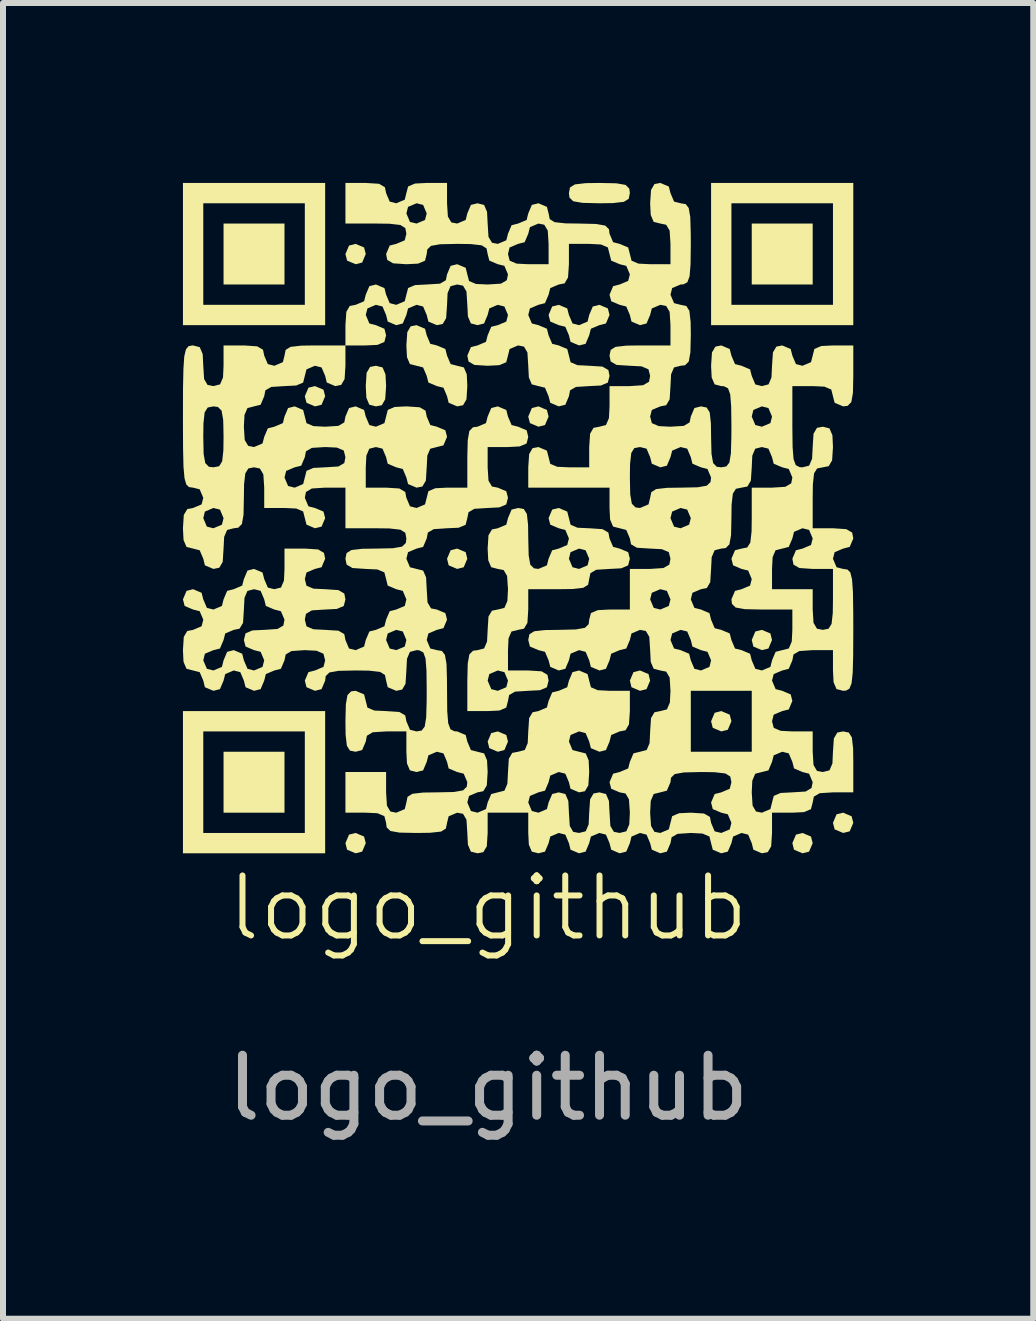
<source format=kicad_pcb>
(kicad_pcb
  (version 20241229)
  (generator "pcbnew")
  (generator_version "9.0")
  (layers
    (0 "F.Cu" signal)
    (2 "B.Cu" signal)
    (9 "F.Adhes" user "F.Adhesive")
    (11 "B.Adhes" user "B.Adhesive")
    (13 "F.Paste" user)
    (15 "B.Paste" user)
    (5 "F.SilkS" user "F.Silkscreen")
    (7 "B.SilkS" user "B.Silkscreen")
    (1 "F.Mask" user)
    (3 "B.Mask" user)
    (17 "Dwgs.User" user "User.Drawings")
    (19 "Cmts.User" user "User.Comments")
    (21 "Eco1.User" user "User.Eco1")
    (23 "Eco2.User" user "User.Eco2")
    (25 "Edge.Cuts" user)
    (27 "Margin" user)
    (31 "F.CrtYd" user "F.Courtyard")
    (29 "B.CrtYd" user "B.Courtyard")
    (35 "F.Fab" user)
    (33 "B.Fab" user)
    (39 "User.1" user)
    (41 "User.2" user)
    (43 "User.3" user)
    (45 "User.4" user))
  (footprint "logo_github"
    (layer "F.Cu")
    (at 5.088 12.588)
    (property "Reference" "logo_github" (at 0 -0.5 0) (unlocked yes) (layer "F.SilkS") (effects (font (size 1 1) (thickness 0.1))))
    (attr board_only exclude_from_pos_files exclude_from_bom)
    (fp_poly (pts (xy -3.395 -11.403) (xy -3.395 -10.895) (xy -3.903 -10.895) (xy -4.411 -10.895) (xy -4.411 -11.403) (xy -4.411 -11.911) (xy -3.903 -11.911) (xy -3.395 -11.911)) (stroke (width 0) (type solid)) (fill yes) (layer "F.SilkS"))
    (fp_poly (pts (xy -3.395 -2.597) (xy -3.395 -2.089) (xy -3.903 -2.089) (xy -4.411 -2.089) (xy -4.411 -2.597) (xy -4.411 -3.105) (xy -3.903 -3.105) (xy -3.395 -3.105)) (stroke (width 0) (type solid)) (fill yes) (layer "F.SilkS"))
    (fp_poly (pts (xy -2.745 -9.141) (xy -2.717 -9.032) (xy -2.777 -8.89) (xy -2.887 -8.863) (xy -3.028 -8.923) (xy -3.056 -9.032) (xy -2.996 -9.174) (xy -2.887 -9.201)) (stroke (width 0) (type solid)) (fill yes) (layer "F.SilkS"))
    (fp_poly (pts (xy -2.068 -11.512) (xy -2.04 -11.403) (xy -2.1 -11.261) (xy -2.209 -11.233) (xy -2.351 -11.293) (xy -2.379 -11.403) (xy -2.319 -11.544) (xy -2.209 -11.572)) (stroke (width 0) (type solid)) (fill yes) (layer "F.SilkS"))
    (fp_poly (pts (xy -2.068 -1.691) (xy -2.04 -1.581) (xy -2.1 -1.44) (xy -2.209 -1.412) (xy -2.351 -1.472) (xy -2.379 -1.581) (xy -2.319 -1.723) (xy -2.209 -1.751)) (stroke (width 0) (type solid)) (fill yes) (layer "F.SilkS"))
    (fp_poly (pts (xy -0.374 -6.432) (xy -0.347 -6.323) (xy -0.407 -6.181) (xy -0.516 -6.153) (xy -0.658 -6.213) (xy -0.685 -6.323) (xy -0.625 -6.464) (xy -0.516 -6.492)) (stroke (width 0) (type solid)) (fill yes) (layer "F.SilkS"))
    (fp_poly (pts (xy 0.303 -3.384) (xy 0.331 -3.275) (xy 0.271 -3.133) (xy 0.161 -3.105) (xy 0.02 -3.165) (xy -0.008 -3.275) (xy 0.052 -3.416) (xy 0.161 -3.444)) (stroke (width 0) (type solid)) (fill yes) (layer "F.SilkS"))
    (fp_poly (pts (xy 0.98 -8.803) (xy 1.008 -8.693) (xy 0.948 -8.552) (xy 0.839 -8.524) (xy 0.697 -8.584) (xy 0.669 -8.693) (xy 0.729 -8.835) (xy 0.839 -8.863)) (stroke (width 0) (type solid)) (fill yes) (layer "F.SilkS"))
    (fp_poly (pts (xy 2.674 -4.4) (xy 2.701 -4.291) (xy 2.641 -4.149) (xy 2.532 -4.121) (xy 2.39 -4.181) (xy 2.363 -4.291) (xy 2.423 -4.432) (xy 2.532 -4.46)) (stroke (width 0) (type solid)) (fill yes) (layer "F.SilkS"))
    (fp_poly (pts (xy 4.028 -3.723) (xy 4.056 -3.613) (xy 3.996 -3.472) (xy 3.887 -3.444) (xy 3.745 -3.504) (xy 3.717 -3.613) (xy 3.777 -3.755) (xy 3.887 -3.783)) (stroke (width 0) (type solid)) (fill yes) (layer "F.SilkS"))
    (fp_poly (pts (xy 4.706 -5.077) (xy 4.733 -4.968) (xy 4.673 -4.826) (xy 4.564 -4.799) (xy 4.422 -4.859) (xy 4.395 -4.968) (xy 4.455 -5.11) (xy 4.564 -5.137)) (stroke (width 0) (type solid)) (fill yes) (layer "F.SilkS"))
    (fp_poly (pts (xy 5.383 -1.691) (xy 5.411 -1.581) (xy 5.351 -1.44) (xy 5.241 -1.412) (xy 5.1 -1.472) (xy 5.072 -1.581) (xy 5.132 -1.723) (xy 5.241 -1.751)) (stroke (width 0) (type solid)) (fill yes) (layer "F.SilkS"))
    (fp_poly (pts (xy 5.411 -11.403) (xy 5.411 -10.895) (xy 4.903 -10.895) (xy 4.395 -10.895) (xy 4.395 -11.403) (xy 4.395 -11.911) (xy 4.903 -11.911) (xy 5.411 -11.911)) (stroke (width 0) (type solid)) (fill yes) (layer "F.SilkS"))
    (fp_poly (pts (xy 6.06 -2.029) (xy 6.088 -1.92) (xy 6.028 -1.778) (xy 5.919 -1.751) (xy 5.777 -1.811) (xy 5.749 -1.92) (xy 5.809 -2.062) (xy 5.919 -2.089)) (stroke (width 0) (type solid)) (fill yes) (layer "F.SilkS"))
    (fp_poly (pts (xy -1.76 -9.512) (xy -1.711 -9.397) (xy -1.701 -9.201) (xy -1.716 -8.98) (xy -1.773 -8.882) (xy -1.871 -8.863) (xy -1.981 -8.891) (xy -2.03 -9.006) (xy -2.04 -9.201) (xy -2.026 -9.423) (xy -1.968 -9.521) (xy -1.871 -9.54)) (stroke (width 0) (type solid)) (fill yes) (layer "F.SilkS"))
    (fp_poly (pts (xy 2.138 -12.582) (xy 2.292 -12.555) (xy 2.353 -12.494) (xy 2.363 -12.419) (xy 2.344 -12.324) (xy 2.263 -12.273) (xy 2.08 -12.252) (xy 1.855 -12.249) (xy 1.571 -12.256) (xy 1.418 -12.283) (xy 1.356 -12.344) (xy 1.347 -12.419) (xy 1.365 -12.513) (xy 1.447 -12.564) (xy 1.63 -12.585) (xy 1.855 -12.588)) (stroke (width 0) (type solid)) (fill yes) (layer "F.SilkS"))
    (fp_poly (pts (xy -2.717 -11.403) (xy -2.717 -10.217) (xy -3.903 -10.217) (xy -5.088 -10.217) (xy -5.088 -11.403) (xy -4.749 -11.403) (xy -4.749 -10.556) (xy -3.903 -10.556) (xy -3.056 -10.556) (xy -3.056 -11.403) (xy -3.056 -12.249) (xy -3.903 -12.249) (xy -4.749 -12.249) (xy -4.749 -11.403) (xy -5.088 -11.403) (xy -5.088 -12.588) (xy -3.903 -12.588) (xy -2.717 -12.588)) (stroke (width 0) (type solid)) (fill yes) (layer "F.SilkS"))
    (fp_poly (pts (xy -2.717 -2.597) (xy -2.717 -1.412) (xy -3.903 -1.412) (xy -5.088 -1.412) (xy -5.088 -2.597) (xy -4.749 -2.597) (xy -4.749 -1.751) (xy -3.903 -1.751) (xy -3.056 -1.751) (xy -3.056 -2.597) (xy -3.056 -3.444) (xy -3.903 -3.444) (xy -4.749 -3.444) (xy -4.749 -2.597) (xy -5.088 -2.597) (xy -5.088 -3.783) (xy -3.903 -3.783) (xy -2.717 -3.783)) (stroke (width 0) (type solid)) (fill yes) (layer "F.SilkS"))
    (fp_poly (pts (xy 6.088 -11.403) (xy 6.088 -10.217) (xy 4.903 -10.217) (xy 3.717 -10.217) (xy 3.717 -11.403) (xy 4.056 -11.403) (xy 4.056 -10.556) (xy 4.903 -10.556) (xy 5.749 -10.556) (xy 5.749 -11.403) (xy 5.749 -12.249) (xy 4.903 -12.249) (xy 4.056 -12.249) (xy 4.056 -11.403) (xy 3.717 -11.403) (xy 3.717 -12.588) (xy 4.903 -12.588) (xy 6.088 -12.588)) (stroke (width 0) (type solid)) (fill yes) (layer "F.SilkS"))
    (fp_poly (pts (xy 1.996 -10.496) (xy 2.024 -10.387) (xy 1.964 -10.245) (xy 1.855 -10.217) (xy 1.713 -10.157) (xy 1.685 -10.048) (xy 1.625 -9.906) (xy 1.516 -9.879) (xy 1.374 -9.939) (xy 1.347 -10.048) (xy 1.287 -10.19) (xy 1.177 -10.217) (xy 1.036 -10.277) (xy 1.008 -10.387) (xy 1.068 -10.528) (xy 1.177 -10.556) (xy 1.319 -10.496) (xy 1.347 -10.387) (xy 1.407 -10.245) (xy 1.516 -10.217) (xy 1.658 -10.277) (xy 1.685 -10.387) (xy 1.745 -10.528) (xy 1.855 -10.556)) (stroke (width 0) (type solid)) (fill yes) (layer "F.SilkS"))
    (fp_poly (pts (xy -1.052 -10.157) (xy -1.024 -10.048) (xy -0.964 -9.906) (xy -0.855 -9.879) (xy -0.713 -9.819) (xy -0.685 -9.709) (xy -0.625 -9.568) (xy -0.516 -9.54) (xy -0.405 -9.512) (xy -0.356 -9.397) (xy -0.347 -9.201) (xy -0.361 -8.98) (xy -0.418 -8.882) (xy -0.516 -8.863) (xy -0.658 -8.923) (xy -0.685 -9.032) (xy -0.745 -9.174) (xy -0.855 -9.201) (xy -0.996 -9.261) (xy -1.024 -9.371) (xy -1.084 -9.512) (xy -1.193 -9.54) (xy -1.304 -9.568) (xy -1.353 -9.683) (xy -1.363 -9.879) (xy -1.348 -10.1) (xy -1.291 -10.198) (xy -1.193 -10.217)) (stroke (width 0) (type solid)) (fill yes) (layer "F.SilkS"))
    (fp_poly (pts (xy 1.319 -7.109) (xy 1.347 -7) (xy 1.375 -6.889) (xy 1.49 -6.84) (xy 1.685 -6.831) (xy 1.907 -6.816) (xy 2.005 -6.759) (xy 2.024 -6.661) (xy 2.084 -6.52) (xy 2.193 -6.492) (xy 2.335 -6.432) (xy 2.363 -6.323) (xy 2.334 -6.212) (xy 2.219 -6.163) (xy 2.024 -6.153) (xy 1.802 -6.139) (xy 1.705 -6.082) (xy 1.685 -5.984) (xy 1.667 -5.889) (xy 1.585 -5.838) (xy 1.402 -5.818) (xy 1.177 -5.815) (xy 0.669 -5.815) (xy 0.669 -5.476) (xy 0.655 -5.254) (xy 0.598 -5.157) (xy 0.5 -5.137) (xy 0.389 -5.109) (xy 0.34 -4.994) (xy 0.331 -4.799) (xy 0.331 -4.46) (xy 0.669 -4.46) (xy 0.891 -4.446) (xy 0.989 -4.388) (xy 1.008 -4.291) (xy 0.98 -4.18) (xy 0.865 -4.131) (xy 0.669 -4.121) (xy 0.448 -4.107) (xy 0.35 -4.05) (xy 0.331 -3.952) (xy 0.302 -3.841) (xy 0.187 -3.792) (xy -0.008 -3.783) (xy -0.347 -3.783) (xy -0.347 -4.291) (xy -0.008 -4.291) (xy 0.052 -4.149) (xy 0.161 -4.121) (xy 0.303 -4.181) (xy 0.331 -4.291) (xy 0.271 -4.432) (xy 0.161 -4.46) (xy 0.02 -4.4) (xy -0.008 -4.291) (xy -0.347 -4.291) (xy -0.34 -4.574) (xy -0.313 -4.728) (xy -0.252 -4.789) (xy -0.177 -4.799) (xy -0.067 -4.827) (xy -0.018 -4.942) (xy -0.008 -5.137) (xy 0.006 -5.359) (xy 0.064 -5.457) (xy 0.161 -5.476) (xy 0.272 -5.504) (xy 0.321 -5.619) (xy 0.331 -5.815) (xy 0.316 -6.036) (xy 0.259 -6.134) (xy 0.161 -6.153) (xy 0.051 -6.182) (xy 0.002 -6.297) (xy -0.008 -6.492) (xy 0.006 -6.714) (xy 0.064 -6.811) (xy 0.161 -6.831) (xy 0.303 -6.891) (xy 0.331 -7) (xy 0.391 -7.142) (xy 0.5 -7.169) (xy 0.595 -7.151) (xy 0.646 -7.069) (xy 0.666 -6.886) (xy 0.669 -6.661) (xy 0.676 -6.378) (xy 0.703 -6.224) (xy 0.764 -6.163) (xy 0.839 -6.153) (xy 0.98 -6.213) (xy 1.008 -6.323) (xy 1.347 -6.323) (xy 1.407 -6.181) (xy 1.516 -6.153) (xy 1.658 -6.213) (xy 1.685 -6.323) (xy 1.625 -6.464) (xy 1.516 -6.492) (xy 1.374 -6.432) (xy 1.347 -6.323) (xy 1.008 -6.323) (xy 1.068 -6.464) (xy 1.177 -6.492) (xy 1.319 -6.552) (xy 1.347 -6.661) (xy 1.287 -6.803) (xy 1.177 -6.831) (xy 1.036 -6.891) (xy 1.008 -7) (xy 1.068 -7.142) (xy 1.177 -7.169)) (stroke (width 0) (type solid)) (fill yes) (layer "F.SilkS"))
    (fp_poly (pts (xy -1.818 -12.574) (xy -1.721 -12.516) (xy -1.701 -12.419) (xy -1.641 -12.277) (xy -1.532 -12.249) (xy -1.39 -12.309) (xy -1.363 -12.419) (xy -1.334 -12.529) (xy -1.219 -12.578) (xy -1.024 -12.588) (xy -0.685 -12.588) (xy -0.685 -12.249) (xy -0.671 -12.028) (xy -0.614 -11.93) (xy -0.516 -11.911) (xy -0.374 -11.971) (xy -0.347 -12.08) (xy -0.287 -12.222) (xy -0.177 -12.249) (xy -0.067 -12.221) (xy -0.018 -12.106) (xy -0.008 -11.911) (xy 0.006 -11.689) (xy 0.064 -11.591) (xy 0.161 -11.572) (xy 0.303 -11.632) (xy 0.331 -11.741) (xy 0.391 -11.883) (xy 0.5 -11.911) (xy 0.642 -11.971) (xy 0.669 -12.08) (xy 0.729 -12.222) (xy 0.839 -12.249) (xy 0.98 -12.189) (xy 1.008 -12.08) (xy 1.027 -11.985) (xy 1.108 -11.934) (xy 1.291 -11.914) (xy 1.516 -11.911) (xy 1.8 -11.904) (xy 1.953 -11.877) (xy 2.015 -11.816) (xy 2.024 -11.741) (xy 2.084 -11.6) (xy 2.193 -11.572) (xy 2.335 -11.512) (xy 2.363 -11.403) (xy 2.391 -11.292) (xy 2.506 -11.243) (xy 2.701 -11.233) (xy 3.04 -11.233) (xy 3.04 -11.572) (xy 3.026 -11.794) (xy 2.968 -11.891) (xy 2.871 -11.911) (xy 2.76 -11.939) (xy 2.711 -12.054) (xy 2.701 -12.249) (xy 2.716 -12.471) (xy 2.773 -12.569) (xy 2.871 -12.588) (xy 3.012 -12.528) (xy 3.04 -12.419) (xy 3.1 -12.277) (xy 3.209 -12.249) (xy 3.294 -12.235) (xy 3.344 -12.17) (xy 3.37 -12.02) (xy 3.378 -11.751) (xy 3.379 -11.572) (xy 3.375 -11.235) (xy 3.359 -11.032) (xy 3.321 -10.931) (xy 3.254 -10.897) (xy 3.209 -10.895) (xy 3.068 -10.835) (xy 3.04 -10.725) (xy 3.1 -10.584) (xy 3.209 -10.556) (xy 3.304 -10.537) (xy 3.355 -10.456) (xy 3.376 -10.273) (xy 3.379 -10.048) (xy 3.372 -9.764) (xy 3.345 -9.611) (xy 3.284 -9.549) (xy 3.209 -9.54) (xy 3.099 -9.512) (xy 3.05 -9.397) (xy 3.04 -9.201) (xy 3.026 -8.98) (xy 2.968 -8.882) (xy 2.871 -8.863) (xy 2.729 -8.803) (xy 2.701 -8.693) (xy 2.73 -8.583) (xy 2.845 -8.534) (xy 3.04 -8.524) (xy 3.262 -8.538) (xy 3.359 -8.596) (xy 3.379 -8.693) (xy 3.439 -8.835) (xy 3.548 -8.863) (xy 3.643 -8.844) (xy 3.694 -8.763) (xy 3.714 -8.58) (xy 3.717 -8.355) (xy 3.724 -8.071) (xy 3.751 -7.918) (xy 3.812 -7.856) (xy 3.887 -7.847) (xy 3.971 -7.861) (xy 4.022 -7.926) (xy 4.047 -8.076) (xy 4.055 -8.345) (xy 4.056 -8.524) (xy 4.054 -8.693) (xy 4.395 -8.693) (xy 4.455 -8.552) (xy 4.564 -8.524) (xy 4.706 -8.584) (xy 4.733 -8.693) (xy 4.673 -8.835) (xy 4.564 -8.863) (xy 4.422 -8.803) (xy 4.395 -8.693) (xy 4.054 -8.693) (xy 4.052 -8.861) (xy 4.036 -9.064) (xy 3.999 -9.165) (xy 3.931 -9.199) (xy 3.887 -9.201) (xy 3.776 -9.23) (xy 3.727 -9.345) (xy 3.717 -9.54) (xy 3.732 -9.762) (xy 3.789 -9.859) (xy 3.887 -9.879) (xy 4.028 -9.819) (xy 4.056 -9.709) (xy 4.116 -9.568) (xy 4.225 -9.54) (xy 4.367 -9.48) (xy 4.395 -9.371) (xy 4.455 -9.229) (xy 4.564 -9.201) (xy 4.675 -9.23) (xy 4.724 -9.345) (xy 4.733 -9.54) (xy 4.748 -9.762) (xy 4.805 -9.859) (xy 4.903 -9.879) (xy 5.044 -9.819) (xy 5.072 -9.709) (xy 5.132 -9.568) (xy 5.241 -9.54) (xy 5.383 -9.6) (xy 5.411 -9.709) (xy 5.439 -9.82) (xy 5.554 -9.869) (xy 5.749 -9.879) (xy 6.088 -9.879) (xy 6.088 -9.371) (xy 6.082 -9.087) (xy 6.055 -8.934) (xy 5.994 -8.872) (xy 5.919 -8.863) (xy 5.777 -8.923) (xy 5.749 -9.032) (xy 5.721 -9.143) (xy 5.606 -9.192) (xy 5.411 -9.201) (xy 5.072 -9.201) (xy 5.072 -8.524) (xy 5.076 -8.187) (xy 5.092 -7.984) (xy 5.129 -7.883) (xy 5.197 -7.849) (xy 5.241 -7.847) (xy 5.352 -7.875) (xy 5.401 -7.99) (xy 5.411 -8.185) (xy 5.425 -8.407) (xy 5.482 -8.505) (xy 5.58 -8.524) (xy 5.691 -8.496) (xy 5.74 -8.381) (xy 5.749 -8.185) (xy 5.735 -7.964) (xy 5.678 -7.866) (xy 5.58 -7.847) (xy 5.485 -7.828) (xy 5.434 -7.747) (xy 5.414 -7.564) (xy 5.411 -7.339) (xy 5.411 -6.831) (xy 5.749 -6.831) (xy 5.971 -6.816) (xy 6.069 -6.759) (xy 6.088 -6.661) (xy 6.028 -6.52) (xy 5.919 -6.492) (xy 5.777 -6.432) (xy 5.749 -6.323) (xy 5.809 -6.181) (xy 5.919 -6.153) (xy 5.99 -6.143) (xy 6.038 -6.095) (xy 6.067 -5.979) (xy 6.082 -5.769) (xy 6.087 -5.436) (xy 6.088 -5.137) (xy 6.086 -4.708) (xy 6.078 -4.421) (xy 6.059 -4.246) (xy 6.024 -4.157) (xy 5.969 -4.125) (xy 5.919 -4.121) (xy 5.808 -4.15) (xy 5.759 -4.265) (xy 5.749 -4.46) (xy 5.749 -4.799) (xy 5.411 -4.799) (xy 5.189 -4.784) (xy 5.091 -4.727) (xy 5.072 -4.629) (xy 5.012 -4.488) (xy 4.903 -4.46) (xy 4.761 -4.4) (xy 4.733 -4.291) (xy 4.793 -4.149) (xy 4.903 -4.121) (xy 5.044 -4.061) (xy 5.072 -3.952) (xy 5.012 -3.81) (xy 4.903 -3.783) (xy 4.761 -3.723) (xy 4.733 -3.613) (xy 4.762 -3.503) (xy 4.877 -3.454) (xy 5.072 -3.444) (xy 5.411 -3.444) (xy 5.411 -3.105) (xy 5.425 -2.884) (xy 5.482 -2.786) (xy 5.58 -2.767) (xy 5.691 -2.795) (xy 5.74 -2.91) (xy 5.749 -3.105) (xy 5.764 -3.327) (xy 5.821 -3.425) (xy 5.919 -3.444) (xy 6.013 -3.425) (xy 6.064 -3.344) (xy 6.085 -3.161) (xy 6.088 -2.936) (xy 6.088 -2.428) (xy 5.749 -2.428) (xy 5.528 -2.414) (xy 5.43 -2.356) (xy 5.411 -2.259) (xy 5.382 -2.148) (xy 5.267 -2.099) (xy 5.072 -2.089) (xy 4.733 -2.089) (xy 4.733 -1.751) (xy 4.719 -1.529) (xy 4.662 -1.431) (xy 4.564 -1.412) (xy 4.422 -1.472) (xy 4.395 -1.581) (xy 4.335 -1.723) (xy 4.225 -1.751) (xy 4.084 -1.691) (xy 4.056 -1.581) (xy 3.996 -1.44) (xy 3.887 -1.412) (xy 3.745 -1.472) (xy 3.717 -1.581) (xy 3.689 -1.692) (xy 3.574 -1.741) (xy 3.379 -1.751) (xy 3.157 -1.736) (xy 3.059 -1.679) (xy 3.04 -1.581) (xy 2.98 -1.44) (xy 2.871 -1.412) (xy 2.729 -1.472) (xy 2.701 -1.581) (xy 2.641 -1.723) (xy 2.532 -1.751) (xy 2.39 -1.691) (xy 2.363 -1.581) (xy 2.303 -1.44) (xy 2.193 -1.412) (xy 2.052 -1.472) (xy 2.024 -1.581) (xy 1.964 -1.723) (xy 1.855 -1.751) (xy 1.713 -1.691) (xy 1.685 -1.581) (xy 1.625 -1.44) (xy 1.516 -1.412) (xy 1.374 -1.472) (xy 1.347 -1.581) (xy 1.287 -1.723) (xy 1.177 -1.751) (xy 1.036 -1.691) (xy 1.008 -1.581) (xy 0.948 -1.44) (xy 0.839 -1.412) (xy 0.728 -1.44) (xy 0.679 -1.555) (xy 0.669 -1.751) (xy 0.669 -2.089) (xy 0.331 -2.089) (xy -0.008 -2.089) (xy -0.008 -1.751) (xy -0.022 -1.529) (xy -0.08 -1.431) (xy -0.177 -1.412) (xy -0.288 -1.44) (xy -0.337 -1.555) (xy -0.347 -1.751) (xy -0.361 -1.972) (xy -0.418 -2.07) (xy -0.516 -2.089) (xy -0.658 -2.029) (xy -0.685 -1.92) (xy -0.704 -1.825) (xy -0.785 -1.774) (xy -0.968 -1.754) (xy -1.193 -1.751) (xy -1.477 -1.757) (xy -1.63 -1.784) (xy -1.692 -1.845) (xy -1.701 -1.92) (xy -1.73 -2.031) (xy -1.845 -2.08) (xy -2.04 -2.089) (xy -2.379 -2.089) (xy -2.379 -2.428) (xy -2.379 -2.767) (xy -2.04 -2.767) (xy -1.701 -2.767) (xy -1.701 -2.428) (xy -1.687 -2.206) (xy -1.63 -2.109) (xy -1.532 -2.089) (xy -1.39 -2.149) (xy -1.363 -2.259) (xy -1.344 -2.353) (xy -1.263 -2.404) (xy -1.08 -2.425) (xy -0.855 -2.428) (xy -0.571 -2.434) (xy -0.418 -2.461) (xy -0.356 -2.522) (xy -0.347 -2.597) (xy -0.407 -2.739) (xy -0.516 -2.767) (xy -0.658 -2.827) (xy -0.685 -2.936) (xy -0.745 -3.078) (xy -0.855 -3.105) (xy -0.996 -3.045) (xy -1.024 -2.936) (xy -1.084 -2.794) (xy -1.193 -2.767) (xy -1.304 -2.795) (xy -1.353 -2.91) (xy -1.363 -3.105) (xy -1.363 -3.444) (xy -1.701 -3.444) (xy -1.923 -3.43) (xy -2.021 -3.372) (xy -2.04 -3.275) (xy -2.1 -3.133) (xy -2.209 -3.105) (xy -2.304 -3.124) (xy -2.355 -3.205) (xy -2.376 -3.388) (xy -2.379 -3.613) (xy -2.372 -3.897) (xy -2.345 -4.05) (xy -2.284 -4.112) (xy -2.209 -4.121) (xy -2.068 -4.061) (xy -2.04 -3.952) (xy -2.012 -3.841) (xy -1.897 -3.792) (xy -1.701 -3.783) (xy -1.48 -3.768) (xy -1.382 -3.711) (xy -1.363 -3.613) (xy -1.303 -3.472) (xy -1.193 -3.444) (xy -1.109 -3.458) (xy -1.058 -3.523) (xy -1.033 -3.673) (xy -1.025 -3.943) (xy -1.024 -4.121) (xy -1.028 -4.459) (xy -1.044 -4.661) (xy -1.081 -4.762) (xy -1.149 -4.796) (xy -1.193 -4.799) (xy -1.304 -4.77) (xy -1.353 -4.655) (xy -1.363 -4.46) (xy -1.377 -4.238) (xy -1.434 -4.141) (xy -1.532 -4.121) (xy -1.674 -4.181) (xy -1.701 -4.291) (xy -1.72 -4.385) (xy -1.801 -4.436) (xy -1.984 -4.457) (xy -2.209 -4.46) (xy -2.493 -4.454) (xy -2.646 -4.427) (xy -2.708 -4.366) (xy -2.717 -4.291) (xy -2.777 -4.149) (xy -2.887 -4.121) (xy -3.028 -4.181) (xy -3.056 -4.291) (xy -2.996 -4.432) (xy -2.887 -4.46) (xy -2.745 -4.52) (xy -2.717 -4.629) (xy -2.746 -4.74) (xy -2.861 -4.789) (xy -3.056 -4.799) (xy -3.278 -4.784) (xy -3.375 -4.727) (xy -3.395 -4.629) (xy -3.455 -4.488) (xy -3.564 -4.46) (xy -3.706 -4.4) (xy -3.733 -4.291) (xy -3.793 -4.149) (xy -3.903 -4.121) (xy -4.044 -4.181) (xy -4.072 -4.291) (xy -4.132 -4.432) (xy -4.241 -4.46) (xy -4.383 -4.4) (xy -4.411 -4.291) (xy -4.471 -4.149) (xy -4.58 -4.121) (xy -4.722 -4.181) (xy -4.749 -4.291) (xy -4.809 -4.432) (xy -4.919 -4.46) (xy -5.029 -4.488) (xy -5.078 -4.603) (xy -5.08 -4.629) (xy -4.749 -4.629) (xy -4.689 -4.488) (xy -4.58 -4.46) (xy -4.438 -4.52) (xy -4.411 -4.629) (xy -4.351 -4.771) (xy -4.241 -4.799) (xy -4.1 -4.739) (xy -4.072 -4.629) (xy -4.012 -4.488) (xy -3.903 -4.46) (xy -3.761 -4.52) (xy -3.733 -4.629) (xy -3.793 -4.771) (xy -3.903 -4.799) (xy -4.044 -4.859) (xy -4.072 -4.968) (xy -4.044 -5.079) (xy -3.929 -5.128) (xy -3.733 -5.137) (xy -3.512 -5.152) (xy -3.414 -5.209) (xy -3.395 -5.307) (xy -3.455 -5.448) (xy -3.564 -5.476) (xy -3.706 -5.536) (xy -3.733 -5.645) (xy -3.793 -5.787) (xy -3.903 -5.815) (xy -4.013 -5.786) (xy -4.062 -5.671) (xy -4.072 -5.476) (xy -4.086 -5.254) (xy -4.144 -5.157) (xy -4.241 -5.137) (xy -4.383 -5.077) (xy -4.411 -4.968) (xy -4.471 -4.826) (xy -4.58 -4.799) (xy -4.722 -4.739) (xy -4.749 -4.629) (xy -5.08 -4.629) (xy -5.088 -4.799) (xy -5.074 -5.02) (xy -5.016 -5.118) (xy -4.919 -5.137) (xy -4.777 -5.197) (xy -4.749 -5.307) (xy -4.809 -5.448) (xy -4.919 -5.476) (xy -5.06 -5.536) (xy -5.088 -5.645) (xy -5.028 -5.787) (xy -4.919 -5.815) (xy -4.777 -5.755) (xy -4.749 -5.645) (xy -4.689 -5.504) (xy -4.58 -5.476) (xy -4.438 -5.536) (xy -4.411 -5.645) (xy -4.351 -5.787) (xy -4.241 -5.815) (xy -4.1 -5.875) (xy -4.072 -5.984) (xy -4.012 -6.126) (xy -3.903 -6.153) (xy -3.761 -6.093) (xy -3.733 -5.984) (xy -3.673 -5.842) (xy -3.564 -5.815) (xy -3.453 -5.843) (xy -3.404 -5.958) (xy -3.395 -6.153) (xy -3.395 -6.492) (xy -3.056 -6.492) (xy -2.834 -6.478) (xy -2.737 -6.42) (xy -2.717 -6.323) (xy -2.777 -6.181) (xy -2.887 -6.153) (xy -3.028 -6.093) (xy -3.056 -5.984) (xy -3.028 -5.873) (xy -2.913 -5.824) (xy -2.717 -5.815) (xy -2.496 -5.8) (xy -2.398 -5.743) (xy -2.379 -5.645) (xy -2.407 -5.535) (xy -2.522 -5.486) (xy -2.717 -5.476) (xy -2.939 -5.462) (xy -3.037 -5.404) (xy -3.056 -5.307) (xy -3.028 -5.196) (xy -2.913 -5.147) (xy -2.717 -5.137) (xy -2.496 -5.123) (xy -2.398 -5.066) (xy -2.379 -4.968) (xy -2.319 -4.826) (xy -2.209 -4.799) (xy -2.068 -4.859) (xy -2.04 -4.968) (xy -1.701 -4.968) (xy -1.641 -4.826) (xy -1.532 -4.799) (xy -1.39 -4.859) (xy -1.363 -4.968) (xy -1.423 -5.11) (xy -1.532 -5.137) (xy -1.674 -5.077) (xy -1.701 -4.968) (xy -2.04 -4.968) (xy -1.98 -5.11) (xy -1.871 -5.137) (xy -1.729 -5.197) (xy -1.701 -5.307) (xy -1.641 -5.448) (xy -1.532 -5.476) (xy -1.39 -5.536) (xy -1.363 -5.645) (xy -1.423 -5.787) (xy -1.532 -5.815) (xy -1.674 -5.875) (xy -1.701 -5.984) (xy -1.73 -6.095) (xy -1.845 -6.144) (xy -2.04 -6.153) (xy -2.262 -6.168) (xy -2.359 -6.225) (xy -2.379 -6.323) (xy -2.36 -6.417) (xy -2.279 -6.468) (xy -2.096 -6.489) (xy -1.871 -6.492) (xy -1.587 -6.498) (xy -1.434 -6.525) (xy -1.372 -6.586) (xy -1.363 -6.661) (xy -1.381 -6.756) (xy -1.463 -6.807) (xy -1.646 -6.828) (xy -1.871 -6.831) (xy -2.379 -6.831) (xy -2.379 -7.169) (xy -2.379 -7.508) (xy -2.717 -7.508) (xy -2.939 -7.494) (xy -3.037 -7.436) (xy -3.056 -7.339) (xy -2.996 -7.197) (xy -2.887 -7.169) (xy -2.745 -7.109) (xy -2.717 -7) (xy -2.777 -6.858) (xy -2.887 -6.831) (xy -3.028 -6.891) (xy -3.056 -7) (xy -3.084 -7.111) (xy -3.199 -7.16) (xy -3.395 -7.169) (xy -3.733 -7.169) (xy -3.733 -7.508) (xy -3.744 -7.677) (xy -3.395 -7.677) (xy -3.335 -7.536) (xy -3.225 -7.508) (xy -3.084 -7.568) (xy -3.056 -7.677) (xy -3.028 -7.788) (xy -2.913 -7.837) (xy -2.717 -7.847) (xy -2.496 -7.861) (xy -2.398 -7.918) (xy -2.379 -8.016) (xy -2.407 -8.127) (xy -2.522 -8.176) (xy -2.717 -8.185) (xy -2.939 -8.171) (xy -3.037 -8.114) (xy -3.056 -8.016) (xy -3.116 -7.874) (xy -3.225 -7.847) (xy -3.367 -7.787) (xy -3.395 -7.677) (xy -3.744 -7.677) (xy -3.748 -7.73) (xy -3.805 -7.827) (xy -3.903 -7.847) (xy -3.997 -7.828) (xy -4.048 -7.747) (xy -4.069 -7.564) (xy -4.072 -7.339) (xy -4.078 -7.055) (xy -4.105 -6.902) (xy -4.166 -6.84) (xy -4.241 -6.831) (xy -4.352 -6.802) (xy -4.401 -6.687) (xy -4.411 -6.492) (xy -4.425 -6.27) (xy -4.482 -6.173) (xy -4.58 -6.153) (xy -4.722 -6.213) (xy -4.749 -6.323) (xy -4.809 -6.464) (xy -4.919 -6.492) (xy -5.029 -6.52) (xy -5.078 -6.635) (xy -5.088 -6.831) (xy -5.077 -7) (xy -4.749 -7) (xy -4.689 -6.858) (xy -4.58 -6.831) (xy -4.438 -6.891) (xy -4.411 -7) (xy -4.471 -7.142) (xy -4.58 -7.169) (xy -4.722 -7.109) (xy -4.749 -7) (xy -5.077 -7) (xy -5.074 -7.052) (xy -5.016 -7.15) (xy -4.919 -7.169) (xy -4.777 -7.229) (xy -4.749 -7.339) (xy -4.809 -7.48) (xy -4.919 -7.508) (xy -4.986 -7.517) (xy -5.032 -7.561) (xy -5.062 -7.665) (xy -5.079 -7.857) (xy -5.086 -8.162) (xy -5.087 -8.355) (xy -4.749 -8.355) (xy -4.743 -8.071) (xy -4.716 -7.918) (xy -4.655 -7.856) (xy -4.58 -7.847) (xy -4.485 -7.865) (xy -4.434 -7.947) (xy -4.414 -8.13) (xy -4.411 -8.355) (xy -4.414 -8.524) (xy -4.072 -8.524) (xy -4.058 -8.302) (xy -4 -8.205) (xy -3.903 -8.185) (xy -3.761 -8.245) (xy -3.733 -8.355) (xy -3.673 -8.496) (xy -3.564 -8.524) (xy -3.422 -8.584) (xy -3.395 -8.693) (xy -3.335 -8.835) (xy -3.225 -8.863) (xy -3.084 -8.803) (xy -3.056 -8.693) (xy -3.028 -8.583) (xy -2.913 -8.534) (xy -2.717 -8.524) (xy -2.496 -8.538) (xy -2.398 -8.596) (xy -2.379 -8.693) (xy -2.319 -8.835) (xy -2.209 -8.863) (xy -2.068 -8.803) (xy -2.04 -8.693) (xy -1.98 -8.552) (xy -1.871 -8.524) (xy -1.729 -8.584) (xy -1.701 -8.693) (xy -1.673 -8.804) (xy -1.558 -8.853) (xy -1.363 -8.863) (xy -1.141 -8.848) (xy -1.043 -8.791) (xy -1.024 -8.693) (xy -0.964 -8.552) (xy -0.855 -8.524) (xy -0.713 -8.464) (xy -0.685 -8.355) (xy -0.745 -8.213) (xy -0.855 -8.185) (xy -0.965 -8.157) (xy -1.014 -8.042) (xy -1.024 -7.847) (xy -1.038 -7.625) (xy -1.096 -7.527) (xy -1.193 -7.508) (xy -1.335 -7.568) (xy -1.363 -7.677) (xy -1.423 -7.819) (xy -1.532 -7.847) (xy -1.674 -7.907) (xy -1.701 -8.016) (xy -1.761 -8.158) (xy -1.871 -8.185) (xy -1.981 -8.157) (xy -2.03 -8.042) (xy -2.04 -7.847) (xy -2.04 -7.508) (xy -1.701 -7.508) (xy -1.48 -7.494) (xy -1.382 -7.436) (xy -1.363 -7.339) (xy -1.303 -7.197) (xy -1.193 -7.169) (xy -1.052 -7.229) (xy -1.024 -7.339) (xy -0.996 -7.449) (xy -0.881 -7.498) (xy -0.685 -7.508) (xy -0.347 -7.508) (xy -0.347 -8.016) (xy -0.34 -8.3) (xy -0.313 -8.453) (xy -0.252 -8.515) (xy -0.177 -8.524) (xy -0.036 -8.584) (xy -0.008 -8.693) (xy 0.052 -8.835) (xy 0.161 -8.863) (xy 0.303 -8.803) (xy 0.331 -8.693) (xy 0.391 -8.552) (xy 0.5 -8.524) (xy 0.642 -8.464) (xy 0.669 -8.355) (xy 0.641 -8.244) (xy 0.526 -8.195) (xy 0.331 -8.185) (xy -0.008 -8.185) (xy -0.008 -7.847) (xy 0.006 -7.625) (xy 0.064 -7.527) (xy 0.161 -7.508) (xy 0.303 -7.448) (xy 0.331 -7.339) (xy 0.302 -7.228) (xy 0.187 -7.179) (xy -0.008 -7.169) (xy -0.23 -7.155) (xy -0.327 -7.098) (xy -0.347 -7) (xy -0.375 -6.889) (xy -0.49 -6.84) (xy -0.685 -6.831) (xy -0.907 -6.816) (xy -1.005 -6.759) (xy -1.024 -6.661) (xy -1.084 -6.52) (xy -1.193 -6.492) (xy -1.335 -6.432) (xy -1.363 -6.323) (xy -1.303 -6.181) (xy -1.193 -6.153) (xy -1.083 -6.125) (xy -1.034 -6.01) (xy -1.024 -5.815) (xy -1.01 -5.593) (xy -0.952 -5.495) (xy -0.855 -5.476) (xy -0.713 -5.416) (xy -0.685 -5.307) (xy -0.745 -5.165) (xy -0.855 -5.137) (xy -0.996 -5.077) (xy -1.024 -4.968) (xy -0.964 -4.826) (xy -0.855 -4.799) (xy -0.77 -4.785) (xy -0.72 -4.719) (xy -0.694 -4.569) (xy -0.686 -4.3) (xy -0.685 -4.121) (xy -0.682 -3.784) (xy -0.666 -3.582) (xy -0.628 -3.48) (xy -0.561 -3.446) (xy -0.516 -3.444) (xy -0.374 -3.384) (xy -0.347 -3.275) (xy -0.287 -3.133) (xy -0.177 -3.105) (xy -0.067 -3.077) (xy -0.018 -2.962) (xy -0.008 -2.767) (xy -0.022 -2.545) (xy -0.08 -2.447) (xy -0.177 -2.428) (xy -0.319 -2.368) (xy -0.347 -2.259) (xy -0.287 -2.117) (xy -0.177 -2.089) (xy -0.036 -2.149) (xy -0.008 -2.259) (xy 0.052 -2.4) (xy 0.161 -2.428) (xy 0.272 -2.456) (xy 0.321 -2.571) (xy 0.331 -2.767) (xy 0.345 -2.988) (xy 0.402 -3.086) (xy 0.5 -3.105) (xy 0.611 -3.134) (xy 0.66 -3.249) (xy 0.669 -3.444) (xy 0.684 -3.666) (xy 0.741 -3.763) (xy 0.839 -3.783) (xy 0.98 -3.843) (xy 1.008 -3.952) (xy 1.068 -4.094) (xy 1.177 -4.121) (xy 1.319 -4.181) (xy 1.347 -4.291) (xy 1.407 -4.432) (xy 1.516 -4.46) (xy 1.658 -4.4) (xy 1.685 -4.291) (xy 1.714 -4.18) (xy 1.829 -4.131) (xy 2.024 -4.121) (xy 2.363 -4.121) (xy 2.363 -3.783) (xy 2.348 -3.561) (xy 2.291 -3.463) (xy 2.193 -3.444) (xy 2.052 -3.384) (xy 2.024 -3.275) (xy 1.964 -3.133) (xy 1.855 -3.105) (xy 1.713 -3.165) (xy 1.685 -3.275) (xy 1.625 -3.416) (xy 1.516 -3.444) (xy 1.374 -3.384) (xy 1.347 -3.275) (xy 1.407 -3.133) (xy 1.516 -3.105) (xy 1.627 -3.077) (xy 1.676 -2.962) (xy 1.685 -2.767) (xy 1.671 -2.545) (xy 1.614 -2.447) (xy 1.516 -2.428) (xy 1.374 -2.488) (xy 1.347 -2.597) (xy 1.287 -2.739) (xy 1.177 -2.767) (xy 1.036 -2.707) (xy 1.008 -2.597) (xy 0.948 -2.456) (xy 0.839 -2.428) (xy 0.697 -2.368) (xy 0.669 -2.259) (xy 0.729 -2.117) (xy 0.839 -2.089) (xy 0.98 -2.149) (xy 1.008 -2.259) (xy 1.068 -2.4) (xy 1.177 -2.428) (xy 1.288 -2.4) (xy 1.337 -2.285) (xy 1.347 -2.089) (xy 1.361 -1.868) (xy 1.418 -1.77) (xy 1.516 -1.751) (xy 1.627 -1.779) (xy 1.676 -1.894) (xy 1.685 -2.089) (xy 1.7 -2.311) (xy 1.757 -2.409) (xy 1.855 -2.428) (xy 1.965 -2.4) (xy 2.014 -2.285) (xy 2.024 -2.089) (xy 2.038 -1.868) (xy 2.096 -1.77) (xy 2.193 -1.751) (xy 2.304 -1.779) (xy 2.353 -1.894) (xy 2.363 -2.089) (xy 2.701 -2.089) (xy 2.716 -1.868) (xy 2.773 -1.77) (xy 2.871 -1.751) (xy 3.012 -1.811) (xy 3.04 -1.92) (xy 3.068 -2.031) (xy 3.183 -2.08) (xy 3.379 -2.089) (xy 3.6 -2.075) (xy 3.698 -2.018) (xy 3.717 -1.92) (xy 3.777 -1.778) (xy 3.887 -1.751) (xy 4.028 -1.811) (xy 4.056 -1.92) (xy 3.996 -2.062) (xy 3.887 -2.089) (xy 3.745 -2.149) (xy 3.717 -2.259) (xy 3.777 -2.4) (xy 3.887 -2.428) (xy 4.395 -2.428) (xy 4.409 -2.206) (xy 4.466 -2.109) (xy 4.564 -2.089) (xy 4.706 -2.149) (xy 4.733 -2.259) (xy 4.762 -2.369) (xy 4.877 -2.418) (xy 5.072 -2.428) (xy 5.294 -2.442) (xy 5.391 -2.5) (xy 5.411 -2.597) (xy 5.351 -2.739) (xy 5.241 -2.767) (xy 5.1 -2.827) (xy 5.072 -2.936) (xy 5.012 -3.078) (xy 4.903 -3.105) (xy 4.761 -3.045) (xy 4.733 -2.936) (xy 4.673 -2.794) (xy 4.564 -2.767) (xy 4.453 -2.738) (xy 4.404 -2.623) (xy 4.395 -2.428) (xy 3.887 -2.428) (xy 4.028 -2.488) (xy 4.056 -2.597) (xy 4.037 -2.692) (xy 3.956 -2.743) (xy 3.773 -2.764) (xy 3.548 -2.767) (xy 3.264 -2.76) (xy 3.111 -2.733) (xy 3.049 -2.672) (xy 3.04 -2.597) (xy 2.98 -2.456) (xy 2.871 -2.428) (xy 2.76 -2.4) (xy 2.711 -2.285) (xy 2.701 -2.089) (xy 2.363 -2.089) (xy 2.348 -2.311) (xy 2.291 -2.409) (xy 2.193 -2.428) (xy 2.052 -2.488) (xy 2.024 -2.597) (xy 2.084 -2.739) (xy 2.193 -2.767) (xy 2.335 -2.827) (xy 2.363 -2.936) (xy 2.423 -3.078) (xy 2.532 -3.105) (xy 2.643 -3.134) (xy 2.692 -3.249) (xy 2.701 -3.444) (xy 2.712 -3.613) (xy 3.379 -3.613) (xy 3.379 -3.105) (xy 3.887 -3.105) (xy 4.395 -3.105) (xy 4.395 -3.613) (xy 4.395 -4.121) (xy 3.887 -4.121) (xy 3.379 -4.121) (xy 3.379 -3.613) (xy 2.712 -3.613) (xy 2.716 -3.666) (xy 2.773 -3.763) (xy 2.871 -3.783) (xy 2.981 -3.811) (xy 3.03 -3.926) (xy 3.04 -4.121) (xy 3.026 -4.343) (xy 2.968 -4.441) (xy 2.871 -4.46) (xy 2.76 -4.488) (xy 2.711 -4.603) (xy 2.701 -4.799) (xy 2.69 -4.968) (xy 3.04 -4.968) (xy 3.1 -4.826) (xy 3.209 -4.799) (xy 3.351 -4.739) (xy 3.379 -4.629) (xy 3.439 -4.488) (xy 3.548 -4.46) (xy 3.69 -4.52) (xy 3.717 -4.629) (xy 3.657 -4.771) (xy 3.548 -4.799) (xy 3.406 -4.859) (xy 3.379 -4.968) (xy 3.319 -5.11) (xy 3.209 -5.137) (xy 3.068 -5.077) (xy 3.04 -4.968) (xy 2.69 -4.968) (xy 2.687 -5.02) (xy 2.63 -5.118) (xy 2.532 -5.137) (xy 2.39 -5.077) (xy 2.363 -4.968) (xy 2.303 -4.826) (xy 2.193 -4.799) (xy 2.052 -4.739) (xy 2.024 -4.629) (xy 1.964 -4.488) (xy 1.855 -4.46) (xy 1.713 -4.52) (xy 1.685 -4.629) (xy 1.625 -4.771) (xy 1.516 -4.799) (xy 1.374 -4.739) (xy 1.347 -4.629) (xy 1.287 -4.488) (xy 1.177 -4.46) (xy 1.036 -4.52) (xy 1.008 -4.629) (xy 0.948 -4.771) (xy 0.839 -4.799) (xy 0.697 -4.859) (xy 0.669 -4.968) (xy 0.688 -5.063) (xy 0.769 -5.114) (xy 0.952 -5.134) (xy 1.177 -5.137) (xy 1.461 -5.144) (xy 1.614 -5.171) (xy 1.676 -5.232) (xy 1.685 -5.307) (xy 1.714 -5.417) (xy 1.829 -5.466) (xy 2.024 -5.476) (xy 2.363 -5.476) (xy 2.363 -5.645) (xy 2.701 -5.645) (xy 2.761 -5.504) (xy 2.871 -5.476) (xy 3.012 -5.536) (xy 3.04 -5.645) (xy 3.379 -5.645) (xy 3.439 -5.504) (xy 3.548 -5.476) (xy 3.69 -5.416) (xy 3.717 -5.307) (xy 3.777 -5.165) (xy 3.887 -5.137) (xy 4.028 -5.077) (xy 4.056 -4.968) (xy 4.116 -4.826) (xy 4.225 -4.799) (xy 4.367 -4.739) (xy 4.395 -4.629) (xy 4.455 -4.488) (xy 4.564 -4.46) (xy 4.706 -4.52) (xy 4.733 -4.629) (xy 4.793 -4.771) (xy 4.903 -4.799) (xy 5.013 -4.827) (xy 5.062 -4.942) (xy 5.072 -5.137) (xy 5.072 -5.476) (xy 4.564 -5.476) (xy 4.28 -5.482) (xy 4.127 -5.509) (xy 4.065 -5.57) (xy 4.056 -5.645) (xy 4.116 -5.787) (xy 4.225 -5.815) (xy 4.367 -5.875) (xy 4.395 -5.984) (xy 4.335 -6.126) (xy 4.225 -6.153) (xy 4.733 -6.153) (xy 4.733 -5.815) (xy 5.072 -5.815) (xy 5.411 -5.815) (xy 5.411 -5.476) (xy 5.425 -5.254) (xy 5.482 -5.157) (xy 5.58 -5.137) (xy 5.675 -5.156) (xy 5.726 -5.237) (xy 5.746 -5.42) (xy 5.749 -5.645) (xy 5.749 -6.153) (xy 5.411 -6.153) (xy 5.189 -6.168) (xy 5.091 -6.225) (xy 5.072 -6.323) (xy 5.132 -6.464) (xy 5.241 -6.492) (xy 5.383 -6.552) (xy 5.411 -6.661) (xy 5.351 -6.803) (xy 5.241 -6.831) (xy 5.1 -6.771) (xy 5.072 -6.661) (xy 5.012 -6.52) (xy 4.903 -6.492) (xy 4.792 -6.464) (xy 4.743 -6.349) (xy 4.733 -6.153) (xy 4.225 -6.153) (xy 4.084 -6.213) (xy 4.056 -6.323) (xy 4.116 -6.464) (xy 4.225 -6.492) (xy 4.32 -6.511) (xy 4.371 -6.592) (xy 4.392 -6.775) (xy 4.395 -7) (xy 4.395 -7.508) (xy 4.733 -7.508) (xy 4.955 -7.522) (xy 5.053 -7.58) (xy 5.072 -7.677) (xy 5.012 -7.819) (xy 4.903 -7.847) (xy 4.761 -7.907) (xy 4.733 -8.016) (xy 4.673 -8.158) (xy 4.564 -8.185) (xy 4.453 -8.157) (xy 4.404 -8.042) (xy 4.395 -7.847) (xy 4.38 -7.625) (xy 4.323 -7.527) (xy 4.225 -7.508) (xy 4.131 -7.489) (xy 4.08 -7.408) (xy 4.059 -7.225) (xy 4.056 -7) (xy 4.05 -6.716) (xy 4.023 -6.563) (xy 3.962 -6.501) (xy 3.887 -6.492) (xy 3.776 -6.464) (xy 3.727 -6.349) (xy 3.717 -6.153) (xy 3.703 -5.932) (xy 3.646 -5.834) (xy 3.548 -5.815) (xy 3.406 -5.755) (xy 3.379 -5.645) (xy 3.04 -5.645) (xy 2.98 -5.787) (xy 2.871 -5.815) (xy 2.729 -5.755) (xy 2.701 -5.645) (xy 2.363 -5.645) (xy 2.363 -5.815) (xy 2.363 -6.153) (xy 2.701 -6.153) (xy 2.923 -6.168) (xy 3.021 -6.225) (xy 3.04 -6.323) (xy 3.012 -6.433) (xy 2.897 -6.482) (xy 2.701 -6.492) (xy 2.48 -6.506) (xy 2.382 -6.564) (xy 2.363 -6.661) (xy 2.303 -6.803) (xy 2.193 -6.831) (xy 2.083 -6.859) (xy 2.034 -6.974) (xy 2.032 -7) (xy 3.04 -7) (xy 3.1 -6.858) (xy 3.209 -6.831) (xy 3.351 -6.891) (xy 3.379 -7) (xy 3.319 -7.142) (xy 3.209 -7.169) (xy 3.068 -7.109) (xy 3.04 -7) (xy 2.032 -7) (xy 2.024 -7.169) (xy 2.024 -7.508) (xy 1.347 -7.508) (xy 0.669 -7.508) (xy 0.669 -7.677) (xy 2.363 -7.677) (xy 2.369 -7.394) (xy 2.396 -7.24) (xy 2.457 -7.179) (xy 2.532 -7.169) (xy 2.674 -7.229) (xy 2.701 -7.339) (xy 2.72 -7.433) (xy 2.801 -7.484) (xy 2.984 -7.505) (xy 3.209 -7.508) (xy 3.493 -7.514) (xy 3.646 -7.541) (xy 3.708 -7.602) (xy 3.717 -7.677) (xy 3.657 -7.819) (xy 3.548 -7.847) (xy 3.406 -7.907) (xy 3.379 -8.016) (xy 3.319 -8.158) (xy 3.209 -8.185) (xy 3.068 -8.125) (xy 3.04 -8.016) (xy 2.98 -7.874) (xy 2.871 -7.847) (xy 2.729 -7.907) (xy 2.701 -8.016) (xy 2.641 -8.158) (xy 2.532 -8.185) (xy 2.437 -8.167) (xy 2.386 -8.085) (xy 2.366 -7.902) (xy 2.363 -7.677) (xy 0.669 -7.677) (xy 0.669 -7.847) (xy 0.684 -8.068) (xy 0.741 -8.166) (xy 0.839 -8.185) (xy 0.98 -8.125) (xy 1.008 -8.016) (xy 1.036 -7.905) (xy 1.151 -7.856) (xy 1.347 -7.847) (xy 1.685 -7.847) (xy 1.685 -8.185) (xy 1.7 -8.407) (xy 1.757 -8.505) (xy 1.855 -8.524) (xy 1.965 -8.552) (xy 2.014 -8.667) (xy 2.024 -8.863) (xy 2.024 -9.201) (xy 2.363 -9.201) (xy 2.584 -9.216) (xy 2.682 -9.273) (xy 2.701 -9.371) (xy 2.673 -9.481) (xy 2.558 -9.53) (xy 2.363 -9.54) (xy 2.141 -9.554) (xy 2.043 -9.612) (xy 2.024 -9.709) (xy 2.043 -9.804) (xy 2.124 -9.855) (xy 2.307 -9.876) (xy 2.532 -9.879) (xy 3.04 -9.879) (xy 3.04 -10.217) (xy 3.026 -10.439) (xy 2.968 -10.537) (xy 2.871 -10.556) (xy 2.729 -10.496) (xy 2.701 -10.387) (xy 2.641 -10.245) (xy 2.532 -10.217) (xy 2.39 -10.277) (xy 2.363 -10.387) (xy 2.303 -10.528) (xy 2.193 -10.556) (xy 2.052 -10.616) (xy 2.024 -10.725) (xy 2.084 -10.867) (xy 2.193 -10.895) (xy 2.335 -10.955) (xy 2.363 -11.064) (xy 2.303 -11.206) (xy 2.193 -11.233) (xy 2.052 -11.293) (xy 2.024 -11.403) (xy 1.996 -11.513) (xy 1.881 -11.562) (xy 1.685 -11.572) (xy 1.347 -11.572) (xy 1.347 -11.233) (xy 1.332 -11.012) (xy 1.275 -10.914) (xy 1.177 -10.895) (xy 1.036 -10.835) (xy 1.008 -10.725) (xy 0.948 -10.584) (xy 0.839 -10.556) (xy 0.697 -10.496) (xy 0.669 -10.387) (xy 0.729 -10.245) (xy 0.839 -10.217) (xy 0.98 -10.157) (xy 1.008 -10.048) (xy 1.068 -9.906) (xy 1.177 -9.879) (xy 1.319 -9.819) (xy 1.347 -9.709) (xy 1.375 -9.599) (xy 1.49 -9.55) (xy 1.685 -9.54) (xy 1.907 -9.526) (xy 2.005 -9.468) (xy 2.024 -9.371) (xy 1.996 -9.26) (xy 1.881 -9.211) (xy 1.685 -9.201) (xy 1.464 -9.187) (xy 1.366 -9.13) (xy 1.347 -9.032) (xy 1.287 -8.89) (xy 1.177 -8.863) (xy 1.036 -8.923) (xy 1.008 -9.032) (xy 0.948 -9.174) (xy 0.839 -9.201) (xy 0.728 -9.23) (xy 0.679 -9.345) (xy 0.669 -9.54) (xy 0.655 -9.762) (xy 0.598 -9.859) (xy 0.5 -9.879) (xy 0.358 -9.819) (xy 0.331 -9.709) (xy 0.302 -9.599) (xy 0.187 -9.55) (xy -0.008 -9.54) (xy -0.23 -9.554) (xy -0.327 -9.612) (xy -0.347 -9.709) (xy -0.287 -9.851) (xy -0.177 -9.879) (xy -0.036 -9.939) (xy -0.008 -10.048) (xy 0.052 -10.19) (xy 0.161 -10.217) (xy 0.303 -10.277) (xy 0.331 -10.387) (xy 0.271 -10.528) (xy 0.161 -10.556) (xy 0.02 -10.496) (xy -0.008 -10.387) (xy -0.068 -10.245) (xy -0.177 -10.217) (xy -0.288 -10.246) (xy -0.337 -10.361) (xy -0.347 -10.556) (xy -0.361 -10.778) (xy -0.418 -10.875) (xy -0.516 -10.895) (xy -0.627 -10.866) (xy -0.676 -10.751) (xy -0.685 -10.556) (xy -0.7 -10.334) (xy -0.757 -10.237) (xy -0.855 -10.217) (xy -0.996 -10.277) (xy -1.024 -10.387) (xy -1.084 -10.528) (xy -1.193 -10.556) (xy -1.335 -10.496) (xy -1.363 -10.387) (xy -1.423 -10.245) (xy -1.532 -10.217) (xy -1.674 -10.277) (xy -1.701 -10.387) (xy -1.761 -10.528) (xy -1.871 -10.556) (xy -2.012 -10.496) (xy -2.04 -10.387) (xy -1.98 -10.245) (xy -1.871 -10.217) (xy -1.729 -10.157) (xy -1.701 -10.048) (xy -1.73 -9.937) (xy -1.845 -9.888) (xy -2.04 -9.879) (xy -2.379 -9.879) (xy -2.379 -9.54) (xy -2.393 -9.318) (xy -2.45 -9.221) (xy -2.548 -9.201) (xy -2.69 -9.261) (xy -2.717 -9.371) (xy -2.777 -9.512) (xy -2.887 -9.54) (xy -3.028 -9.48) (xy -3.056 -9.371) (xy -3.084 -9.26) (xy -3.199 -9.211) (xy -3.395 -9.201) (xy -3.616 -9.187) (xy -3.714 -9.13) (xy -3.733 -9.032) (xy -3.793 -8.89) (xy -3.903 -8.863) (xy -4.013 -8.834) (xy -4.062 -8.719) (xy -4.072 -8.524) (xy -4.414 -8.524) (xy -4.417 -8.638) (xy -4.444 -8.792) (xy -4.505 -8.853) (xy -4.58 -8.863) (xy -4.675 -8.844) (xy -4.726 -8.763) (xy -4.746 -8.58) (xy -4.749 -8.355) (xy -5.087 -8.355) (xy -5.088 -8.605) (xy -5.088 -8.693) (xy -5.087 -9.162) (xy -5.08 -9.488) (xy -5.066 -9.697) (xy -5.038 -9.814) (xy -4.995 -9.866) (xy -4.931 -9.879) (xy -4.919 -9.879) (xy -4.808 -9.85) (xy -4.759 -9.735) (xy -4.749 -9.54) (xy -4.735 -9.318) (xy -4.678 -9.221) (xy -4.58 -9.201) (xy -4.469 -9.23) (xy -4.42 -9.345) (xy -4.411 -9.54) (xy -4.411 -9.879) (xy -4.072 -9.879) (xy -3.85 -9.864) (xy -3.753 -9.807) (xy -3.733 -9.709) (xy -3.673 -9.568) (xy -3.564 -9.54) (xy -3.422 -9.6) (xy -3.395 -9.709) (xy -3.376 -9.804) (xy -3.295 -9.855) (xy -3.112 -9.876) (xy -2.887 -9.879) (xy -2.379 -9.879) (xy -2.379 -10.217) (xy -2.364 -10.439) (xy -2.307 -10.537) (xy -2.209 -10.556) (xy -2.068 -10.616) (xy -2.04 -10.725) (xy -1.98 -10.867) (xy -1.871 -10.895) (xy -1.729 -10.835) (xy -1.701 -10.725) (xy -1.641 -10.584) (xy -1.532 -10.556) (xy -1.39 -10.616) (xy -1.363 -10.725) (xy -1.334 -10.836) (xy -1.219 -10.885) (xy -1.024 -10.895) (xy -0.802 -10.909) (xy -0.705 -10.966) (xy -0.685 -11.064) (xy -0.625 -11.206) (xy -0.516 -11.233) (xy -0.374 -11.173) (xy -0.347 -11.064) (xy -0.318 -10.953) (xy -0.203 -10.904) (xy -0.008 -10.895) (xy 0.214 -10.909) (xy 0.311 -10.966) (xy 0.331 -11.064) (xy 0.271 -11.206) (xy 0.161 -11.233) (xy 0.02 -11.293) (xy -0.008 -11.403) (xy 0.331 -11.403) (xy 0.359 -11.292) (xy 0.474 -11.243) (xy 0.669 -11.233) (xy 1.008 -11.233) (xy 1.008 -11.572) (xy 0.994 -11.794) (xy 0.936 -11.891) (xy 0.839 -11.911) (xy 0.697 -11.851) (xy 0.669 -11.741) (xy 0.609 -11.6) (xy 0.5 -11.572) (xy 0.358 -11.512) (xy 0.331 -11.403) (xy -0.008 -11.403) (xy -0.027 -11.497) (xy -0.108 -11.548) (xy -0.291 -11.569) (xy -0.516 -11.572) (xy -0.8 -11.566) (xy -0.953 -11.539) (xy -1.015 -11.478) (xy -1.024 -11.403) (xy -1.052 -11.292) (xy -1.167 -11.243) (xy -1.363 -11.233) (xy -1.584 -11.248) (xy -1.682 -11.305) (xy -1.701 -11.403) (xy -1.641 -11.544) (xy -1.532 -11.572) (xy -1.39 -11.632) (xy -1.363 -11.741) (xy -1.381 -11.836) (xy -1.463 -11.887) (xy -1.646 -11.908) (xy -1.871 -11.911) (xy -2.379 -11.911) (xy -2.379 -12.08) (xy -1.363 -12.08) (xy -1.303 -11.938) (xy -1.193 -11.911) (xy -1.052 -11.971) (xy -1.024 -12.08) (xy -1.084 -12.222) (xy -1.193 -12.249) (xy -1.335 -12.189) (xy -1.363 -12.08) (xy -2.379 -12.08) (xy -2.379 -12.249) (xy -2.379 -12.588) (xy -2.04 -12.588)) (stroke (width 0) (type solid)) (fill yes) (layer "F.SilkS"))
    (fp_text user "${REFERENCE}" (at 0 2.5 0) (unlocked yes) (layer "F.Fab") (effects (font (size 1 1) (thickness 0.15)))))
  (gr_rect
    (start -3 -3)
    (end 14.176 18.936)
    (stroke (width 0.1) (type default))
    (fill no)
    (layer "Edge.Cuts")))
</source>
